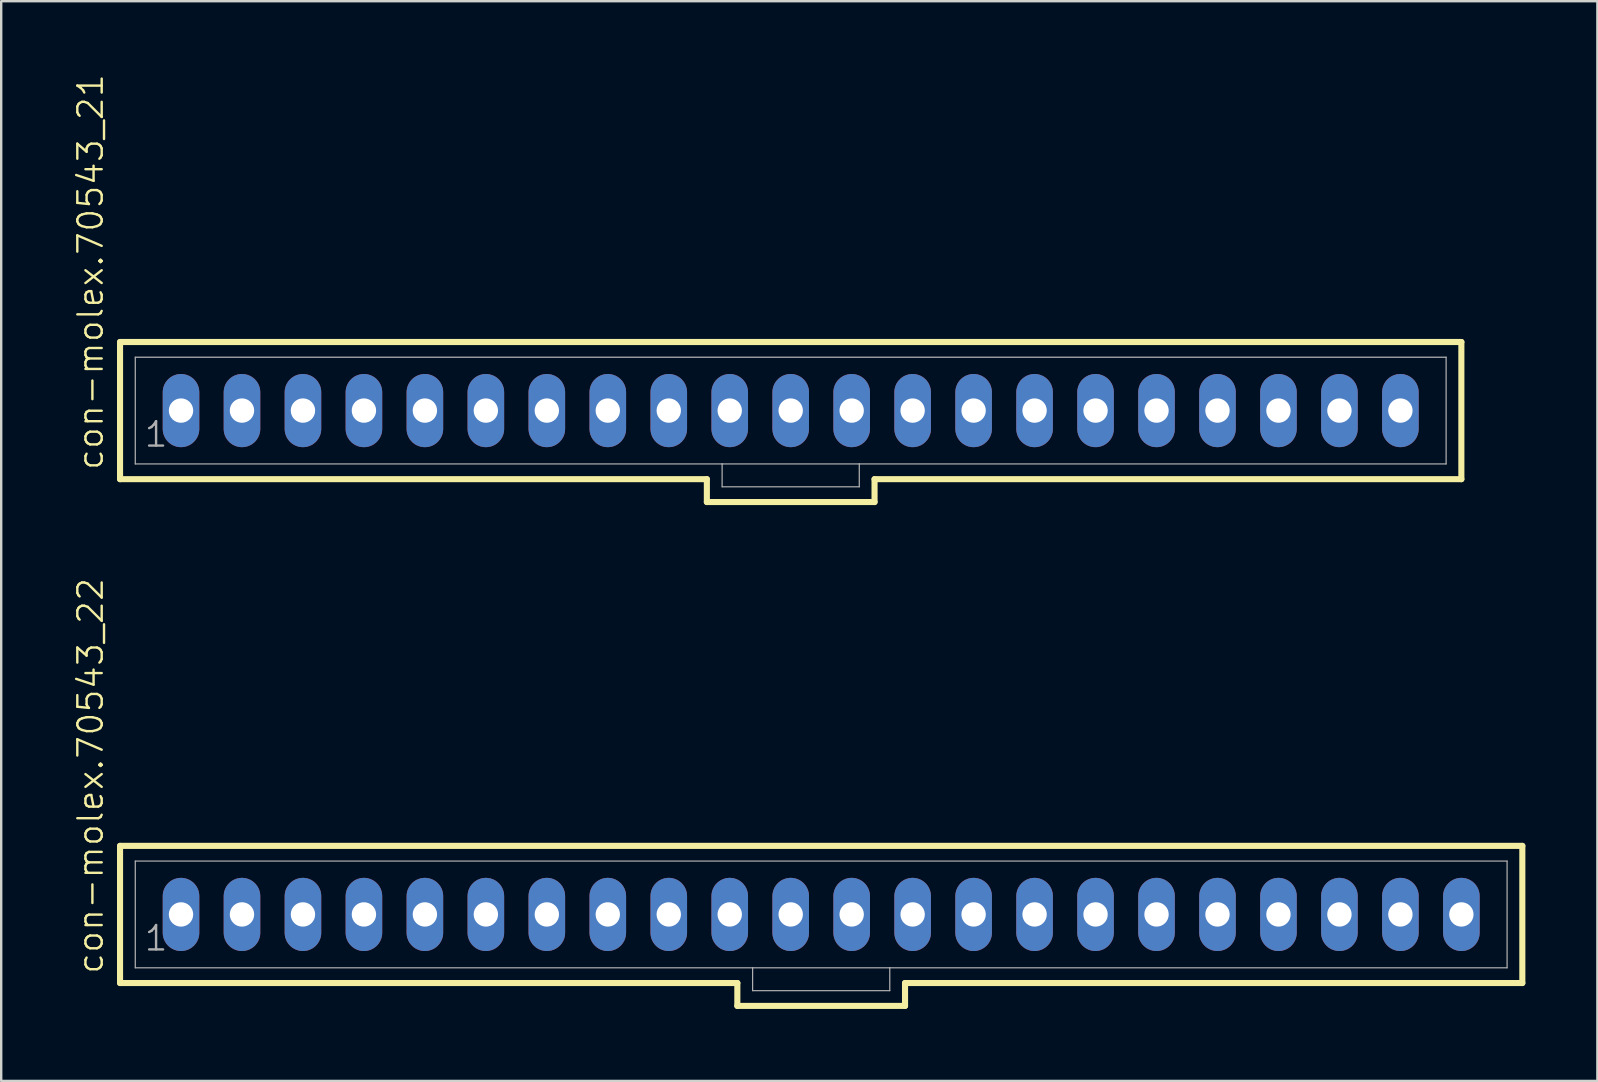
<source format=kicad_pcb>
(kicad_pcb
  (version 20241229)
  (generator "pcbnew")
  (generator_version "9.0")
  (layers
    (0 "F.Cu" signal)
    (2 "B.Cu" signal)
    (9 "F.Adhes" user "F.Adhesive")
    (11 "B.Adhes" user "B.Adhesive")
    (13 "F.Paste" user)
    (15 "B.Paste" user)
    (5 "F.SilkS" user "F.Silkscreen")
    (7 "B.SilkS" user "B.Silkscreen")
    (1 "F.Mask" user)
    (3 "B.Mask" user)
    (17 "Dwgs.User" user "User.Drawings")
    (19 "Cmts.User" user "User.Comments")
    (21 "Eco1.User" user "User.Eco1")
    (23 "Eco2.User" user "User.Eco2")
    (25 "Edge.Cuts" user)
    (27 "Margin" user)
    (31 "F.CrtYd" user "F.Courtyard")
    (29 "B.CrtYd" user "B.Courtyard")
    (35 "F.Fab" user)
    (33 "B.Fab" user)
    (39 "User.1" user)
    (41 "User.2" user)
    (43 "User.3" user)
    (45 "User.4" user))
  (footprint "con-molex.70543_21"
    (layer "F.Cu")
    (at 29.891 14.055)
    (property "Reference" "con-molex.70543_21" (at -28.575 2.54 90) (layer "F.SilkS") (effects (font (size 1.016 1.016) (thickness 0.1)) (justify left bottom)))
    (attr through_hole)
    (fp_line (start -27.94 -2.857) (end -27.94 2.857) (stroke (width 0.254) (type default)) (layer "F.SilkS"))
    (fp_line (start -27.94 2.857) (end -3.493 2.857) (stroke (width 0.254) (type default)) (layer "F.SilkS"))
    (fp_line (start -3.493 2.857) (end -3.493 3.81) (stroke (width 0.254) (type default)) (layer "F.SilkS"))
    (fp_line (start -3.493 3.81) (end 3.493 3.81) (stroke (width 0.254) (type default)) (layer "F.SilkS"))
    (fp_line (start 3.493 2.857) (end 27.94 2.857) (stroke (width 0.254) (type default)) (layer "F.SilkS"))
    (fp_line (start 3.493 3.81) (end 3.493 2.857) (stroke (width 0.254) (type default)) (layer "F.SilkS"))
    (fp_line (start 27.94 -2.857) (end -27.94 -2.857) (stroke (width 0.254) (type default)) (layer "F.SilkS"))
    (fp_line (start 27.94 2.857) (end 27.94 -2.857) (stroke (width 0.254) (type default)) (layer "F.SilkS"))
    (fp_line (start -27.305 -2.223) (end -27.305 2.223) (stroke (width 0.051) (type default)) (layer "F.Fab"))
    (fp_line (start -27.305 -2.223) (end 27.305 -2.223) (stroke (width 0.051) (type default)) (layer "F.Fab"))
    (fp_line (start -27.305 2.223) (end -2.857 2.223) (stroke (width 0.051) (type default)) (layer "F.Fab"))
    (fp_line (start -2.857 2.223) (end -2.857 3.175) (stroke (width 0.051) (type default)) (layer "F.Fab"))
    (fp_line (start -2.857 2.223) (end 2.857 2.223) (stroke (width 0.051) (type default)) (layer "F.Fab"))
    (fp_line (start 2.857 2.223) (end 2.857 3.175) (stroke (width 0.051) (type default)) (layer "F.Fab"))
    (fp_line (start 2.857 2.223) (end 27.305 2.223) (stroke (width 0.051) (type default)) (layer "F.Fab"))
    (fp_line (start 2.857 3.175) (end -2.857 3.175) (stroke (width 0.051) (type default)) (layer "F.Fab"))
    (fp_line (start 27.305 -2.223) (end 27.305 2.223) (stroke (width 0.051) (type default)) (layer "F.Fab"))
    (fp_rect (start -25.638 0.238) (end -25.162 -0.238) (stroke (width 0.05) (type default)) (fill no) (layer "F.Fab"))
    (fp_rect (start -23.098 0.238) (end -22.622 -0.238) (stroke (width 0.05) (type default)) (fill no) (layer "F.Fab"))
    (fp_rect (start -20.558 0.238) (end -20.082 -0.238) (stroke (width 0.05) (type default)) (fill no) (layer "F.Fab"))
    (fp_rect (start -18.018 0.238) (end -17.542 -0.238) (stroke (width 0.05) (type default)) (fill no) (layer "F.Fab"))
    (fp_rect (start -15.478 0.238) (end -15.002 -0.238) (stroke (width 0.05) (type default)) (fill no) (layer "F.Fab"))
    (fp_rect (start -12.938 0.238) (end -12.462 -0.238) (stroke (width 0.05) (type default)) (fill no) (layer "F.Fab"))
    (fp_rect (start -10.398 0.238) (end -9.922 -0.238) (stroke (width 0.05) (type default)) (fill no) (layer "F.Fab"))
    (fp_rect (start -7.858 0.238) (end -7.382 -0.238) (stroke (width 0.05) (type default)) (fill no) (layer "F.Fab"))
    (fp_rect (start -5.318 0.238) (end -4.842 -0.238) (stroke (width 0.05) (type default)) (fill no) (layer "F.Fab"))
    (fp_rect (start -2.778 0.238) (end -2.302 -0.238) (stroke (width 0.05) (type default)) (fill no) (layer "F.Fab"))
    (fp_rect (start -0.238 0.238) (end 0.238 -0.238) (stroke (width 0.05) (type default)) (fill no) (layer "F.Fab"))
    (fp_rect (start 2.302 0.238) (end 2.778 -0.238) (stroke (width 0.05) (type default)) (fill no) (layer "F.Fab"))
    (fp_rect (start 4.842 0.238) (end 5.318 -0.238) (stroke (width 0.05) (type default)) (fill no) (layer "F.Fab"))
    (fp_rect (start 7.382 0.238) (end 7.858 -0.238) (stroke (width 0.05) (type default)) (fill no) (layer "F.Fab"))
    (fp_rect (start 9.922 0.238) (end 10.398 -0.238) (stroke (width 0.05) (type default)) (fill no) (layer "F.Fab"))
    (fp_rect (start 12.462 0.238) (end 12.938 -0.238) (stroke (width 0.05) (type default)) (fill no) (layer "F.Fab"))
    (fp_rect (start 15.002 0.238) (end 15.478 -0.238) (stroke (width 0.05) (type default)) (fill no) (layer "F.Fab"))
    (fp_rect (start 17.542 0.238) (end 18.018 -0.238) (stroke (width 0.05) (type default)) (fill no) (layer "F.Fab"))
    (fp_rect (start 20.082 0.238) (end 20.558 -0.238) (stroke (width 0.05) (type default)) (fill no) (layer "F.Fab"))
    (fp_rect (start 22.622 0.238) (end 23.098 -0.238) (stroke (width 0.05) (type default)) (fill no) (layer "F.Fab"))
    (fp_rect (start 25.162 0.238) (end 25.638 -0.238) (stroke (width 0.05) (type default)) (fill no) (layer "F.Fab"))
    (fp_text user "1" (at -26.988 1.587 0) (layer "F.Fab") (effects (font (size 1.016 1.016) (thickness 0.1)) (justify left bottom)))
    (pad "1" thru_hole oval (at -25.4 0 90) (size 3.048 1.524) (drill 1.016) (layers "*.Cu" "*.Mask"))
    (pad "2" thru_hole oval (at -22.86 0 90) (size 3.048 1.524) (drill 1.016) (layers "*.Cu" "*.Mask"))
    (pad "3" thru_hole oval (at -20.32 0 90) (size 3.048 1.524) (drill 1.016) (layers "*.Cu" "*.Mask"))
    (pad "4" thru_hole oval (at -17.78 0 90) (size 3.048 1.524) (drill 1.016) (layers "*.Cu" "*.Mask"))
    (pad "5" thru_hole oval (at -15.24 0 90) (size 3.048 1.524) (drill 1.016) (layers "*.Cu" "*.Mask"))
    (pad "6" thru_hole oval (at -12.7 0 90) (size 3.048 1.524) (drill 1.016) (layers "*.Cu" "*.Mask"))
    (pad "7" thru_hole oval (at -10.16 0 90) (size 3.048 1.524) (drill 1.016) (layers "*.Cu" "*.Mask"))
    (pad "8" thru_hole oval (at -7.62 0 90) (size 3.048 1.524) (drill 1.016) (layers "*.Cu" "*.Mask"))
    (pad "9" thru_hole oval (at -5.08 0 90) (size 3.048 1.524) (drill 1.016) (layers "*.Cu" "*.Mask"))
    (pad "10" thru_hole oval (at -2.54 0 90) (size 3.048 1.524) (drill 1.016) (layers "*.Cu" "*.Mask"))
    (pad "11" thru_hole oval (at 0 0 90) (size 3.048 1.524) (drill 1.016) (layers "*.Cu" "*.Mask"))
    (pad "12" thru_hole oval (at 2.54 0 90) (size 3.048 1.524) (drill 1.016) (layers "*.Cu" "*.Mask"))
    (pad "13" thru_hole oval (at 5.08 0 90) (size 3.048 1.524) (drill 1.016) (layers "*.Cu" "*.Mask"))
    (pad "14" thru_hole oval (at 7.62 0 90) (size 3.048 1.524) (drill 1.016) (layers "*.Cu" "*.Mask"))
    (pad "15" thru_hole oval (at 10.16 0 90) (size 3.048 1.524) (drill 1.016) (layers "*.Cu" "*.Mask"))
    (pad "16" thru_hole oval (at 12.7 0 90) (size 3.048 1.524) (drill 1.016) (layers "*.Cu" "*.Mask"))
    (pad "17" thru_hole oval (at 15.24 0 90) (size 3.048 1.524) (drill 1.016) (layers "*.Cu" "*.Mask"))
    (pad "18" thru_hole oval (at 17.78 0 90) (size 3.048 1.524) (drill 1.016) (layers "*.Cu" "*.Mask"))
    (pad "19" thru_hole oval (at 20.32 0 90) (size 3.048 1.524) (drill 1.016) (layers "*.Cu" "*.Mask"))
    (pad "20" thru_hole oval (at 22.86 0 90) (size 3.048 1.524) (drill 1.016) (layers "*.Cu" "*.Mask"))
    (pad "21" thru_hole oval (at 25.4 0 90) (size 3.048 1.524) (drill 1.016) (layers "*.Cu" "*.Mask")))
  (footprint "con-molex.70543_22"
    (layer "F.Cu")
    (at 31.161 35.046)
    (property "Reference" "con-molex.70543_22" (at -29.845 2.54 90) (layer "F.SilkS") (effects (font (size 1.016 1.016) (thickness 0.1)) (justify left bottom)))
    (attr through_hole)
    (fp_line (start -29.21 -2.857) (end -29.21 2.857) (stroke (width 0.254) (type default)) (layer "F.SilkS"))
    (fp_line (start -29.21 2.857) (end -3.493 2.857) (stroke (width 0.254) (type default)) (layer "F.SilkS"))
    (fp_line (start -3.493 2.857) (end -3.493 3.81) (stroke (width 0.254) (type default)) (layer "F.SilkS"))
    (fp_line (start -3.493 3.81) (end 3.493 3.81) (stroke (width 0.254) (type default)) (layer "F.SilkS"))
    (fp_line (start 3.493 2.857) (end 29.21 2.857) (stroke (width 0.254) (type default)) (layer "F.SilkS"))
    (fp_line (start 3.493 3.81) (end 3.493 2.857) (stroke (width 0.254) (type default)) (layer "F.SilkS"))
    (fp_line (start 29.21 -2.857) (end -29.21 -2.857) (stroke (width 0.254) (type default)) (layer "F.SilkS"))
    (fp_line (start 29.21 2.857) (end 29.21 -2.857) (stroke (width 0.254) (type default)) (layer "F.SilkS"))
    (fp_line (start -28.575 -2.223) (end -28.575 2.223) (stroke (width 0.051) (type default)) (layer "F.Fab"))
    (fp_line (start -28.575 -2.223) (end 28.575 -2.223) (stroke (width 0.051) (type default)) (layer "F.Fab"))
    (fp_line (start -28.575 2.223) (end -2.857 2.223) (stroke (width 0.051) (type default)) (layer "F.Fab"))
    (fp_line (start -2.857 2.223) (end -2.857 3.175) (stroke (width 0.051) (type default)) (layer "F.Fab"))
    (fp_line (start -2.857 2.223) (end 2.857 2.223) (stroke (width 0.051) (type default)) (layer "F.Fab"))
    (fp_line (start 2.857 2.223) (end 2.857 3.175) (stroke (width 0.051) (type default)) (layer "F.Fab"))
    (fp_line (start 2.857 2.223) (end 28.575 2.223) (stroke (width 0.051) (type default)) (layer "F.Fab"))
    (fp_line (start 2.857 3.175) (end -2.857 3.175) (stroke (width 0.051) (type default)) (layer "F.Fab"))
    (fp_line (start 28.575 -2.223) (end 28.575 2.223) (stroke (width 0.051) (type default)) (layer "F.Fab"))
    (fp_rect (start -26.908 0.238) (end -26.432 -0.238) (stroke (width 0.05) (type default)) (fill no) (layer "F.Fab"))
    (fp_rect (start -24.368 0.238) (end -23.892 -0.238) (stroke (width 0.05) (type default)) (fill no) (layer "F.Fab"))
    (fp_rect (start -21.828 0.238) (end -21.352 -0.238) (stroke (width 0.05) (type default)) (fill no) (layer "F.Fab"))
    (fp_rect (start -19.288 0.238) (end -18.812 -0.238) (stroke (width 0.05) (type default)) (fill no) (layer "F.Fab"))
    (fp_rect (start -16.748 0.238) (end -16.272 -0.238) (stroke (width 0.05) (type default)) (fill no) (layer "F.Fab"))
    (fp_rect (start -14.208 0.238) (end -13.732 -0.238) (stroke (width 0.05) (type default)) (fill no) (layer "F.Fab"))
    (fp_rect (start -11.668 0.238) (end -11.192 -0.238) (stroke (width 0.05) (type default)) (fill no) (layer "F.Fab"))
    (fp_rect (start -9.128 0.238) (end -8.652 -0.238) (stroke (width 0.05) (type default)) (fill no) (layer "F.Fab"))
    (fp_rect (start -6.588 0.238) (end -6.112 -0.238) (stroke (width 0.05) (type default)) (fill no) (layer "F.Fab"))
    (fp_rect (start -4.048 0.238) (end -3.572 -0.238) (stroke (width 0.05) (type default)) (fill no) (layer "F.Fab"))
    (fp_rect (start -1.508 0.238) (end -1.032 -0.238) (stroke (width 0.05) (type default)) (fill no) (layer "F.Fab"))
    (fp_rect (start 1.032 0.238) (end 1.508 -0.238) (stroke (width 0.05) (type default)) (fill no) (layer "F.Fab"))
    (fp_rect (start 3.572 0.238) (end 4.048 -0.238) (stroke (width 0.05) (type default)) (fill no) (layer "F.Fab"))
    (fp_rect (start 6.112 0.238) (end 6.588 -0.238) (stroke (width 0.05) (type default)) (fill no) (layer "F.Fab"))
    (fp_rect (start 8.652 0.238) (end 9.128 -0.238) (stroke (width 0.05) (type default)) (fill no) (layer "F.Fab"))
    (fp_rect (start 11.192 0.238) (end 11.668 -0.238) (stroke (width 0.05) (type default)) (fill no) (layer "F.Fab"))
    (fp_rect (start 13.732 0.238) (end 14.208 -0.238) (stroke (width 0.05) (type default)) (fill no) (layer "F.Fab"))
    (fp_rect (start 16.272 0.238) (end 16.748 -0.238) (stroke (width 0.05) (type default)) (fill no) (layer "F.Fab"))
    (fp_rect (start 18.812 0.238) (end 19.288 -0.238) (stroke (width 0.05) (type default)) (fill no) (layer "F.Fab"))
    (fp_rect (start 21.352 0.238) (end 21.828 -0.238) (stroke (width 0.05) (type default)) (fill no) (layer "F.Fab"))
    (fp_rect (start 23.892 0.238) (end 24.368 -0.238) (stroke (width 0.05) (type default)) (fill no) (layer "F.Fab"))
    (fp_rect (start 26.432 0.238) (end 26.908 -0.238) (stroke (width 0.05) (type default)) (fill no) (layer "F.Fab"))
    (fp_text user "1" (at -28.258 1.587 0) (layer "F.Fab") (effects (font (size 1.016 1.016) (thickness 0.1)) (justify left bottom)))
    (pad "1" thru_hole oval (at -26.67 0 90) (size 3.048 1.524) (drill 1.016) (layers "*.Cu" "*.Mask"))
    (pad "2" thru_hole oval (at -24.13 0 90) (size 3.048 1.524) (drill 1.016) (layers "*.Cu" "*.Mask"))
    (pad "3" thru_hole oval (at -21.59 0 90) (size 3.048 1.524) (drill 1.016) (layers "*.Cu" "*.Mask"))
    (pad "4" thru_hole oval (at -19.05 0 90) (size 3.048 1.524) (drill 1.016) (layers "*.Cu" "*.Mask"))
    (pad "5" thru_hole oval (at -16.51 0 90) (size 3.048 1.524) (drill 1.016) (layers "*.Cu" "*.Mask"))
    (pad "6" thru_hole oval (at -13.97 0 90) (size 3.048 1.524) (drill 1.016) (layers "*.Cu" "*.Mask"))
    (pad "7" thru_hole oval (at -11.43 0 90) (size 3.048 1.524) (drill 1.016) (layers "*.Cu" "*.Mask"))
    (pad "8" thru_hole oval (at -8.89 0 90) (size 3.048 1.524) (drill 1.016) (layers "*.Cu" "*.Mask"))
    (pad "9" thru_hole oval (at -6.35 0 90) (size 3.048 1.524) (drill 1.016) (layers "*.Cu" "*.Mask"))
    (pad "10" thru_hole oval (at -3.81 0 90) (size 3.048 1.524) (drill 1.016) (layers "*.Cu" "*.Mask"))
    (pad "11" thru_hole oval (at -1.27 0 90) (size 3.048 1.524) (drill 1.016) (layers "*.Cu" "*.Mask"))
    (pad "12" thru_hole oval (at 1.27 0 90) (size 3.048 1.524) (drill 1.016) (layers "*.Cu" "*.Mask"))
    (pad "13" thru_hole oval (at 3.81 0 90) (size 3.048 1.524) (drill 1.016) (layers "*.Cu" "*.Mask"))
    (pad "14" thru_hole oval (at 6.35 0 90) (size 3.048 1.524) (drill 1.016) (layers "*.Cu" "*.Mask"))
    (pad "15" thru_hole oval (at 8.89 0 90) (size 3.048 1.524) (drill 1.016) (layers "*.Cu" "*.Mask"))
    (pad "16" thru_hole oval (at 11.43 0 90) (size 3.048 1.524) (drill 1.016) (layers "*.Cu" "*.Mask"))
    (pad "17" thru_hole oval (at 13.97 0 90) (size 3.048 1.524) (drill 1.016) (layers "*.Cu" "*.Mask"))
    (pad "18" thru_hole oval (at 16.51 0 90) (size 3.048 1.524) (drill 1.016) (layers "*.Cu" "*.Mask"))
    (pad "19" thru_hole oval (at 19.05 0 90) (size 3.048 1.524) (drill 1.016) (layers "*.Cu" "*.Mask"))
    (pad "20" thru_hole oval (at 21.59 0 90) (size 3.048 1.524) (drill 1.016) (layers "*.Cu" "*.Mask"))
    (pad "21" thru_hole oval (at 24.13 0 90) (size 3.048 1.524) (drill 1.016) (layers "*.Cu" "*.Mask"))
    (pad "22" thru_hole oval (at 26.67 0 90) (size 3.048 1.524) (drill 1.016) (layers "*.Cu" "*.Mask")))
  (gr_rect
    (start -3 -3)
    (end 63.498 41.983)
    (stroke (width 0.1) (type default))
    (fill no)
    (layer "Edge.Cuts")))
</source>
